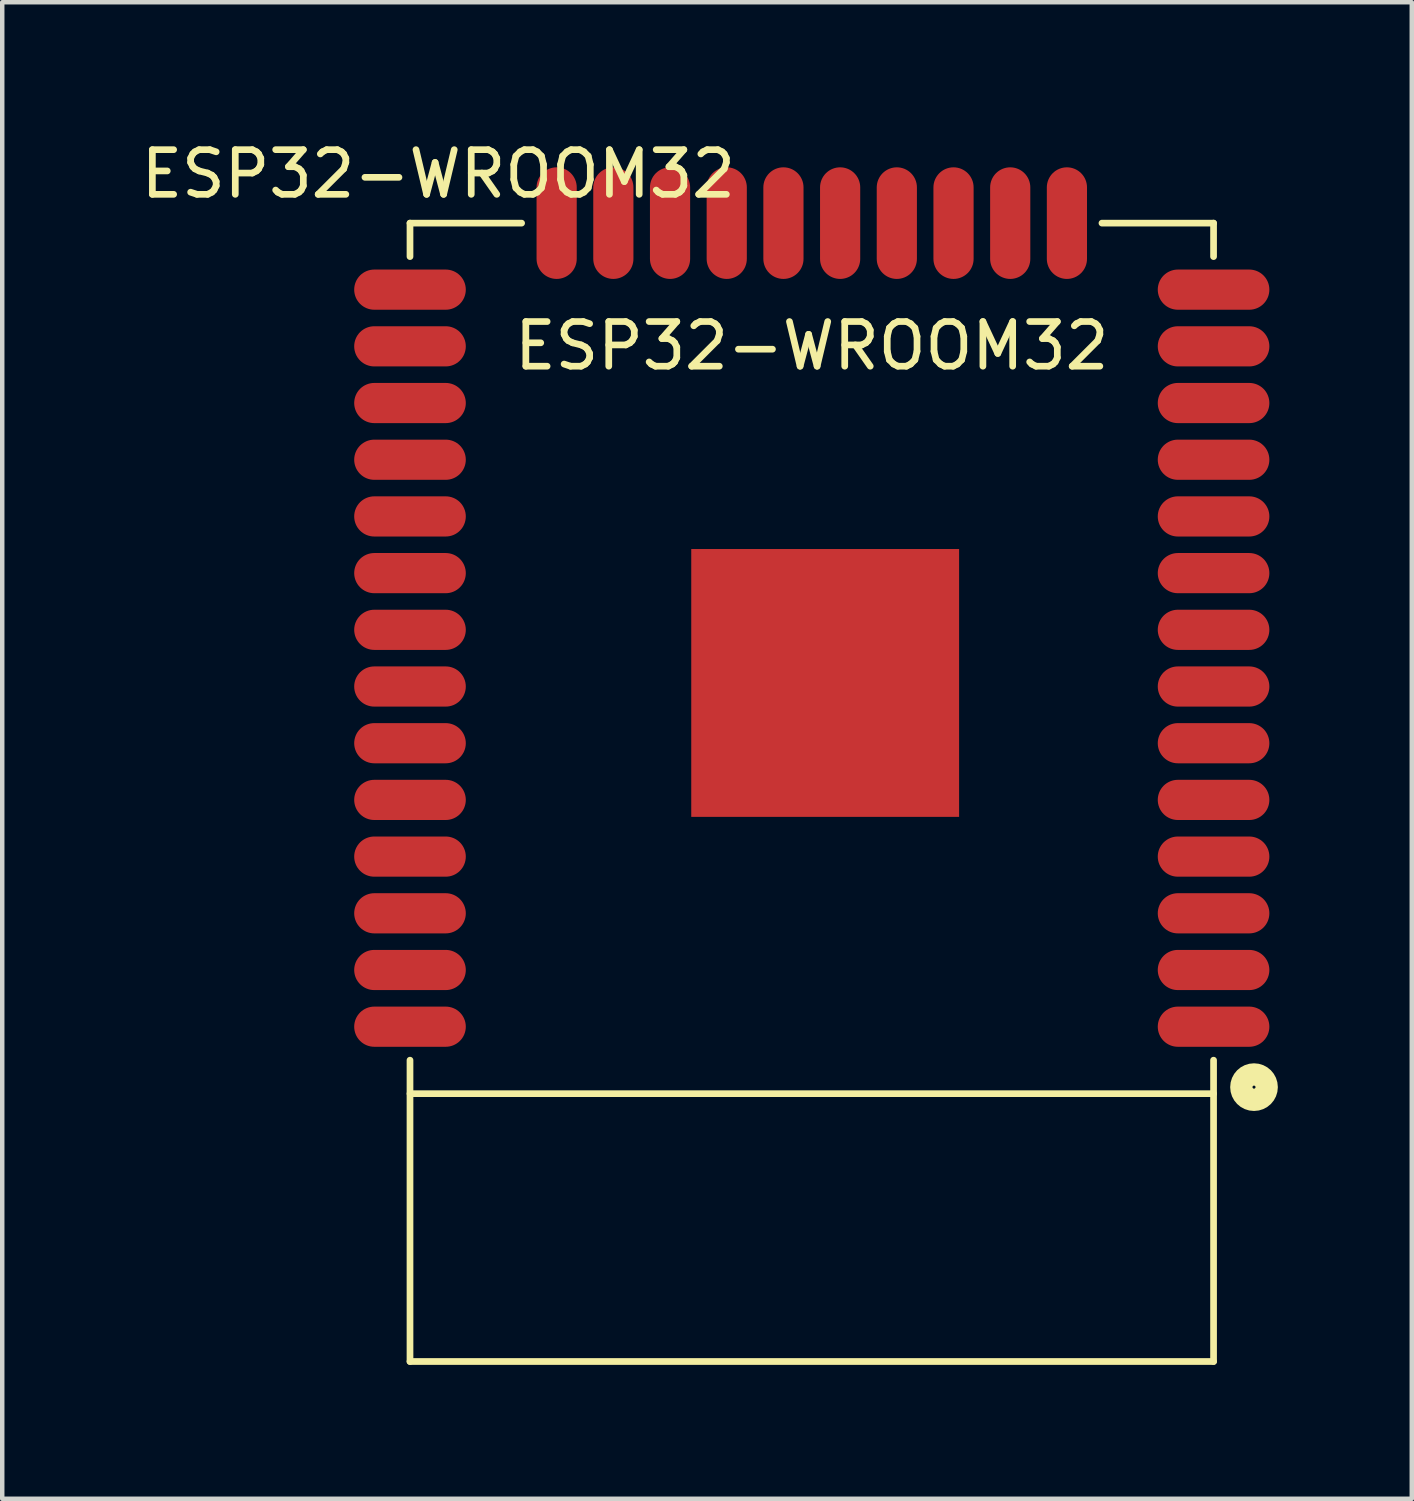
<source format=kicad_pcb>
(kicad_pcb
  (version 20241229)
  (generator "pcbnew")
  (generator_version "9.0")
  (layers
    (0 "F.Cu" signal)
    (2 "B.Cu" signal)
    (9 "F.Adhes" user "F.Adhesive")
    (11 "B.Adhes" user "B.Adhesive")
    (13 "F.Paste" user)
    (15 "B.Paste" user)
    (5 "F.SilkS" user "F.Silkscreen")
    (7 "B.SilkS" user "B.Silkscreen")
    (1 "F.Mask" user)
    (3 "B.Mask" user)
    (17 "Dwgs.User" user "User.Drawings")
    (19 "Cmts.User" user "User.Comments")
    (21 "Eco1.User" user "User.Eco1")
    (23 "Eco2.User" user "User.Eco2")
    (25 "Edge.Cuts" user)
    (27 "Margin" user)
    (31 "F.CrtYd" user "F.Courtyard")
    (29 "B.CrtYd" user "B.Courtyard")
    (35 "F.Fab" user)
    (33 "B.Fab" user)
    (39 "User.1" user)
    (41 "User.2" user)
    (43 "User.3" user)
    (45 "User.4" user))
  (footprint "ESP32-WROOM32"
    (layer "F.Cu")
    (at 15.134 14.698)
    (property "Reference" "ESP32-WROOM32" (at -8.366 -13.85 0) (layer "F.SilkS") (effects (font (size 1 1) (thickness 0.15))))
    (attr smd)
    (fp_line (start -9 -12.75) (end -6.5 -12.75) (stroke (width 0.15) (type solid)) (layer "F.SilkS"))
    (fp_line (start -9 -12) (end -9 -12.75) (stroke (width 0.15) (type solid)) (layer "F.SilkS"))
    (fp_line (start -9 6.75) (end 9 6.75) (stroke (width 0.15) (type solid)) (layer "F.SilkS"))
    (fp_line (start -9 12.75) (end -9 6) (stroke (width 0.15) (type solid)) (layer "F.SilkS"))
    (fp_line (start -9 12.75) (end 9 12.75) (stroke (width 0.15) (type solid)) (layer "F.SilkS"))
    (fp_line (start 6.5 -12.75) (end 9 -12.75) (stroke (width 0.15) (type solid)) (layer "F.SilkS"))
    (fp_line (start 9 -12.75) (end 9 -12) (stroke (width 0.15) (type solid)) (layer "F.SilkS"))
    (fp_line (start 9 12.75) (end 9 6) (stroke (width 0.15) (type solid)) (layer "F.SilkS"))
    (fp_circle (center 9.906 6.604) (end 10.033 6.858) (stroke (width 0.5) (type solid)) (fill no) (layer "F.SilkS"))
    (fp_text user "ESP32-WROOM32" (at 0 -10 180) (layer "F.SilkS") (effects (font (size 1 1) (thickness 0.15))))
    (pad "1" smd oval (at 9 5.25) (size 2.5 0.9) (layers "F.Cu" "F.Mask" "F.Paste"))
    (pad "2" smd oval (at 9 3.98) (size 2.5 0.9) (layers "F.Cu" "F.Mask" "F.Paste"))
    (pad "3" smd oval (at 9 2.71) (size 2.5 0.9) (layers "F.Cu" "F.Mask" "F.Paste"))
    (pad "4" smd oval (at 9 1.44) (size 2.5 0.9) (layers "F.Cu" "F.Mask" "F.Paste"))
    (pad "5" smd oval (at 9 0.17) (size 2.5 0.9) (layers "F.Cu" "F.Mask" "F.Paste"))
    (pad "6" smd oval (at 9 -1.1) (size 2.5 0.9) (layers "F.Cu" "F.Mask" "F.Paste"))
    (pad "7" smd oval (at 9 -2.37) (size 2.5 0.9) (layers "F.Cu" "F.Mask" "F.Paste"))
    (pad "8" smd oval (at 9 -3.64) (size 2.5 0.9) (layers "F.Cu" "F.Mask" "F.Paste"))
    (pad "9" smd oval (at 9 -4.91) (size 2.5 0.9) (layers "F.Cu" "F.Mask" "F.Paste"))
    (pad "10" smd oval (at 9 -6.18) (size 2.5 0.9) (layers "F.Cu" "F.Mask" "F.Paste"))
    (pad "11" smd oval (at 9 -7.45) (size 2.5 0.9) (layers "F.Cu" "F.Mask" "F.Paste"))
    (pad "12" smd oval (at 9 -8.72) (size 2.5 0.9) (layers "F.Cu" "F.Mask" "F.Paste"))
    (pad "13" smd oval (at 9 -9.99) (size 2.5 0.9) (layers "F.Cu" "F.Mask" "F.Paste"))
    (pad "14" smd oval (at 9 -11.26) (size 2.5 0.9) (layers "F.Cu" "F.Mask" "F.Paste"))
    (pad "15" smd oval (at 5.715 -12.75) (size 0.9 2.5) (layers "F.Cu" "F.Mask" "F.Paste"))
    (pad "16" smd oval (at 4.445 -12.75) (size 0.9 2.5) (layers "F.Cu" "F.Mask" "F.Paste"))
    (pad "17" smd oval (at 3.175 -12.75) (size 0.9 2.5) (layers "F.Cu" "F.Mask" "F.Paste"))
    (pad "18" smd oval (at 1.905 -12.75) (size 0.9 2.5) (layers "F.Cu" "F.Mask" "F.Paste"))
    (pad "19" smd oval (at 0.635 -12.75) (size 0.9 2.5) (layers "F.Cu" "F.Mask" "F.Paste"))
    (pad "20" smd oval (at -0.635 -12.75) (size 0.9 2.5) (layers "F.Cu" "F.Mask" "F.Paste"))
    (pad "21" smd oval (at -1.905 -12.75) (size 0.9 2.5) (layers "F.Cu" "F.Mask" "F.Paste"))
    (pad "22" smd oval (at -3.175 -12.75) (size 0.9 2.5) (layers "F.Cu" "F.Mask" "F.Paste"))
    (pad "23" smd oval (at -4.445 -12.75) (size 0.9 2.5) (layers "F.Cu" "F.Mask" "F.Paste"))
    (pad "24" smd oval (at -5.715 -12.75) (size 0.9 2.5) (layers "F.Cu" "F.Mask" "F.Paste"))
    (pad "25" smd oval (at -9 -11.26) (size 2.5 0.9) (layers "F.Cu" "F.Mask" "F.Paste"))
    (pad "26" smd oval (at -9 -9.99) (size 2.5 0.9) (layers "F.Cu" "F.Mask" "F.Paste"))
    (pad "27" smd oval (at -9 -8.72) (size 2.5 0.9) (layers "F.Cu" "F.Mask" "F.Paste"))
    (pad "28" smd oval (at -9 -7.45) (size 2.5 0.9) (layers "F.Cu" "F.Mask" "F.Paste"))
    (pad "29" smd oval (at -9 -6.18) (size 2.5 0.9) (layers "F.Cu" "F.Mask" "F.Paste"))
    (pad "30" smd oval (at -9 -4.91) (size 2.5 0.9) (layers "F.Cu" "F.Mask" "F.Paste"))
    (pad "31" smd oval (at -9 -3.64) (size 2.5 0.9) (layers "F.Cu" "F.Mask" "F.Paste"))
    (pad "32" smd oval (at -9 -2.37) (size 2.5 0.9) (layers "F.Cu" "F.Mask" "F.Paste"))
    (pad "33" smd oval (at -9 -1.1) (size 2.5 0.9) (layers "F.Cu" "F.Mask" "F.Paste"))
    (pad "34" smd oval (at -9 0.17) (size 2.5 0.9) (layers "F.Cu" "F.Mask" "F.Paste"))
    (pad "35" smd oval (at -9 1.44) (size 2.5 0.9) (layers "F.Cu" "F.Mask" "F.Paste"))
    (pad "36" smd oval (at -9 2.71) (size 2.5 0.9) (layers "F.Cu" "F.Mask" "F.Paste"))
    (pad "37" smd oval (at -9 3.98) (size 2.5 0.9) (layers "F.Cu" "F.Mask" "F.Paste"))
    (pad "38" smd oval (at -9 5.25) (size 2.5 0.9) (layers "F.Cu" "F.Mask" "F.Paste"))
    (pad "39" smd rect (at 0.3 -2.45) (size 6 6) (layers "F.Cu" "F.Mask")))
  (gr_rect
    (start -3 -3)
    (end 28.574 30.523)
    (stroke (width 0.1) (type default))
    (fill no)
    (layer "Edge.Cuts")))
</source>
